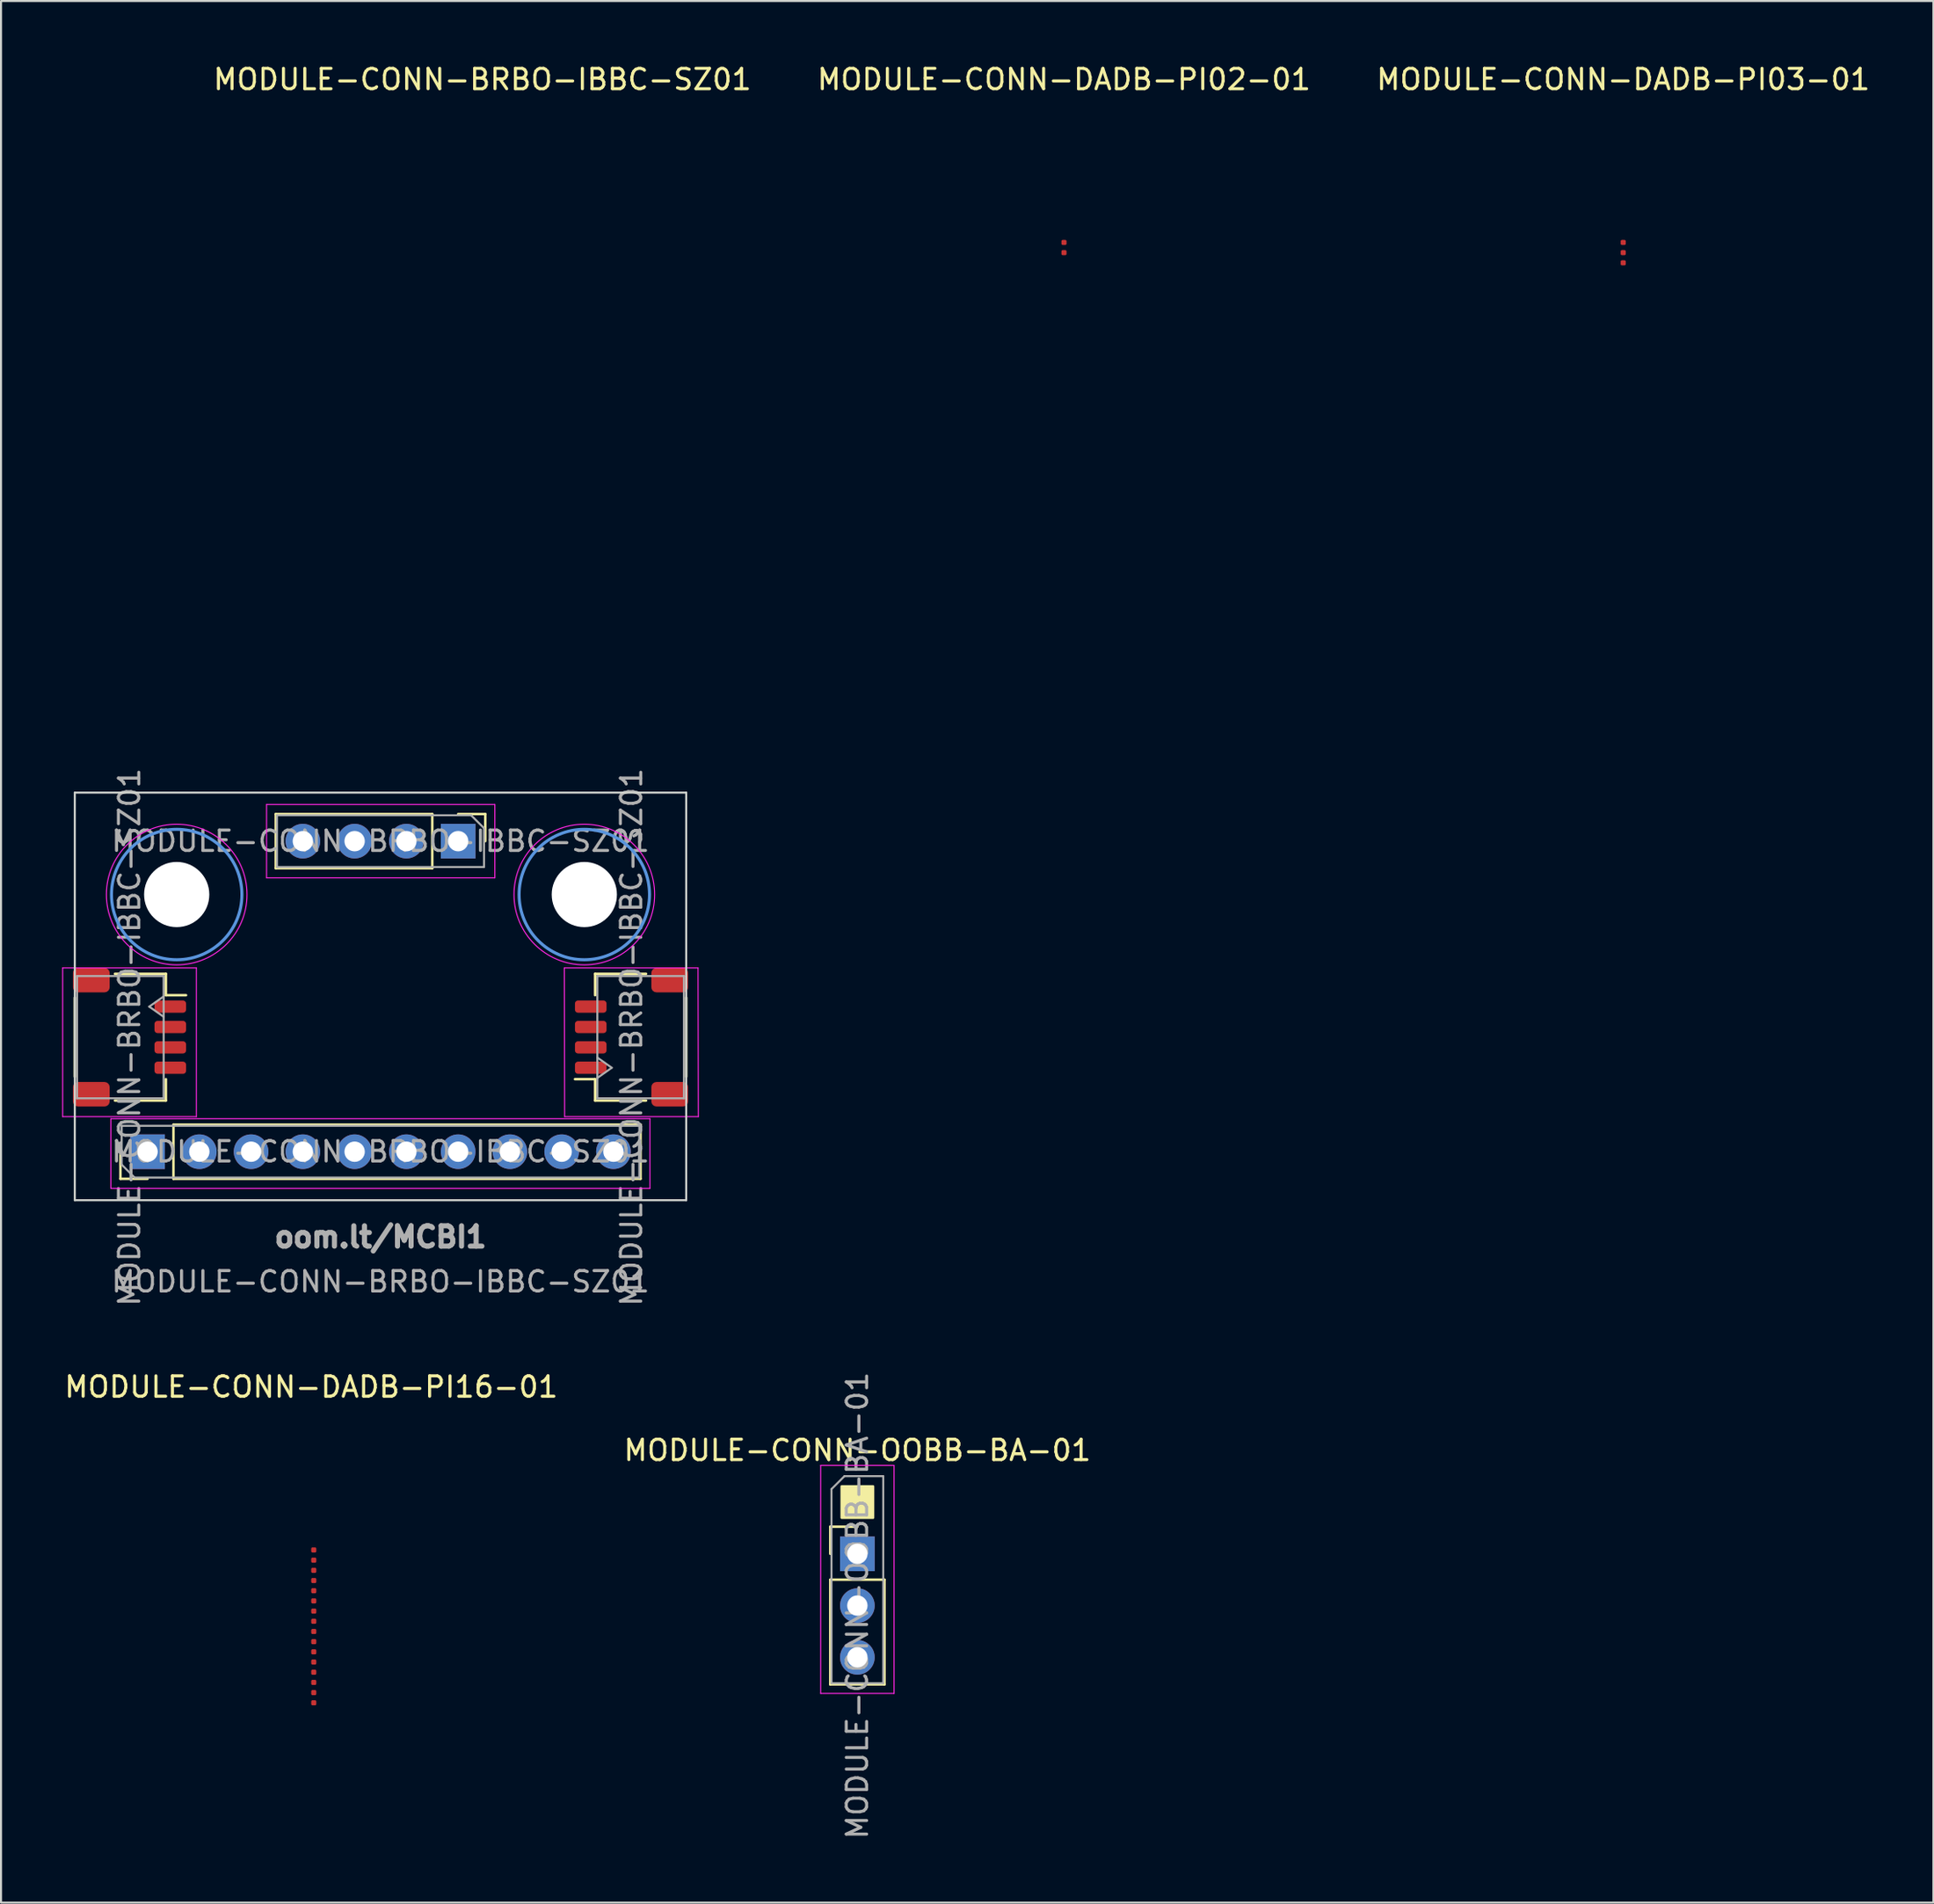
<source format=kicad_pcb>
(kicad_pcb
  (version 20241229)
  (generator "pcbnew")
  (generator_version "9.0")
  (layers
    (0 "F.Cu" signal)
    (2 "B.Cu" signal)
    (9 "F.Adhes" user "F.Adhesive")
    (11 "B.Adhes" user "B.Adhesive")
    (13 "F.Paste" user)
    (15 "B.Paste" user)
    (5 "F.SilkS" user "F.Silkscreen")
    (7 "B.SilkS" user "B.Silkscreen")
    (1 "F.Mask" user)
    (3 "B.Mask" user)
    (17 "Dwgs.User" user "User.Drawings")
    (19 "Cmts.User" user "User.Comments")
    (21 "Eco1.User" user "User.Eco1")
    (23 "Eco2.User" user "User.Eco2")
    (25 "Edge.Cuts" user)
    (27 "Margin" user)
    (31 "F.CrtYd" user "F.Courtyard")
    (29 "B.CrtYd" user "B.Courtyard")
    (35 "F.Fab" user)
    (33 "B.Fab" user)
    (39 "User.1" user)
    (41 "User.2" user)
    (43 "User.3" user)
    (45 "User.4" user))
  (footprint "MODULE-CONN-OOBB-BA-01"
    (layer "F.Cu")
    (at 39.018 73.201)
    (property "Reference" "MODULE-CONN-OOBB-BA-01" (at 0 -5.08 0) (layer "F.SilkS") (effects (font (size 1 1) (thickness 0.15))))
    (attr through_hole)
    (fp_line (start -1.33 -1.33) (end 0 -1.33) (stroke (width 0.12) (type solid)) (layer "F.SilkS"))
    (fp_line (start -1.33 0) (end -1.33 -1.33) (stroke (width 0.12) (type solid)) (layer "F.SilkS"))
    (fp_line (start -1.33 1.27) (end -1.33 6.41) (stroke (width 0.12) (type solid)) (layer "F.SilkS"))
    (fp_line (start -1.33 1.27) (end 1.33 1.27) (stroke (width 0.12) (type solid)) (layer "F.SilkS"))
    (fp_line (start -1.33 6.41) (end 1.33 6.41) (stroke (width 0.12) (type solid)) (layer "F.SilkS"))
    (fp_line (start 1.33 1.27) (end 1.33 6.41) (stroke (width 0.12) (type solid)) (layer "F.SilkS"))
    (fp_rect (start -0.77 -3.31) (end 0.77 -1.77) (stroke (width 0.12) (type solid)) (fill yes) (layer "F.SilkS"))
    (fp_line (start -1.8 -4.34) (end -1.8 6.85) (stroke (width 0.05) (type solid)) (layer "F.CrtYd"))
    (fp_line (start -1.8 6.85) (end 1.8 6.85) (stroke (width 0.05) (type solid)) (layer "F.CrtYd"))
    (fp_line (start 1.8 -4.34) (end -1.8 -4.34) (stroke (width 0.05) (type solid)) (layer "F.CrtYd"))
    (fp_line (start 1.8 6.85) (end 1.8 -4.34) (stroke (width 0.05) (type solid)) (layer "F.CrtYd"))
    (fp_line (start -1.27 -3.175) (end -0.635 -3.81) (stroke (width 0.1) (type solid)) (layer "F.Fab"))
    (fp_line (start -1.27 6.35) (end -1.27 -3.175) (stroke (width 0.1) (type solid)) (layer "F.Fab"))
    (fp_line (start -0.635 -3.81) (end 1.27 -3.81) (stroke (width 0.1) (type solid)) (layer "F.Fab"))
    (fp_line (start 1.27 -3.81) (end 1.27 6.35) (stroke (width 0.1) (type solid)) (layer "F.Fab"))
    (fp_line (start 1.27 6.35) (end -1.27 6.35) (stroke (width 0.1) (type solid)) (layer "F.Fab"))
    (fp_text user "${REFERENCE}" (at 0 2.54 90) (layer "F.Fab") (effects (font (size 1 1) (thickness 0.15))))
    (pad "1" thru_hole rect (at 0 0) (size 1.7 1.7) (drill 1) (layers "*.Cu" "*.Mask"))
    (pad "2" thru_hole oval (at 0 2.54) (size 1.7 1.7) (drill 1) (layers "*.Cu" "*.Mask"))
    (pad "3" thru_hole oval (at 0 5.08) (size 1.7 1.7) (drill 1) (layers "*.Cu" "*.Mask")))
  (footprint "MODULE-CONN-DADB-PI16-01"
    (layer "F.Cu")
    (at 12.22 73.012)
    (property "Reference" "MODULE-CONN-DADB-PI16-01" (at 0 -8 0) (unlocked yes) (layer "F.SilkS") (effects (font (size 1 1) (thickness 0.15))))
    (attr smd)
    (pad "1" smd roundrect (at 0.125 0) (size 0.25 0.25) (layers "F.Cu" "F.Mask" "F.Paste") (roundrect_rratio 0.25))
    (pad "2" smd roundrect (at 0.125 0.5) (size 0.25 0.25) (layers "F.Cu" "F.Mask" "F.Paste") (roundrect_rratio 0.25))
    (pad "3" smd roundrect (at 0.125 1) (size 0.25 0.25) (layers "F.Cu" "F.Mask" "F.Paste") (roundrect_rratio 0.25))
    (pad "4" smd roundrect (at 0.125 1.5) (size 0.25 0.25) (layers "F.Cu" "F.Mask" "F.Paste") (roundrect_rratio 0.25))
    (pad "5" smd roundrect (at 0.125 2) (size 0.25 0.25) (layers "F.Cu" "F.Mask" "F.Paste") (roundrect_rratio 0.25))
    (pad "6" smd roundrect (at 0.125 2.5) (size 0.25 0.25) (layers "F.Cu" "F.Mask" "F.Paste") (roundrect_rratio 0.25))
    (pad "7" smd roundrect (at 0.125 3) (size 0.25 0.25) (layers "F.Cu" "F.Mask" "F.Paste") (roundrect_rratio 0.25))
    (pad "8" smd roundrect (at 0.125 3.5) (size 0.25 0.25) (layers "F.Cu" "F.Mask" "F.Paste") (roundrect_rratio 0.25))
    (pad "9" smd roundrect (at 0.125 4) (size 0.25 0.25) (layers "F.Cu" "F.Mask" "F.Paste") (roundrect_rratio 0.25))
    (pad "10" smd roundrect (at 0.125 4.5) (size 0.25 0.25) (layers "F.Cu" "F.Mask" "F.Paste") (roundrect_rratio 0.25))
    (pad "11" smd roundrect (at 0.125 5) (size 0.25 0.25) (layers "F.Cu" "F.Mask" "F.Paste") (roundrect_rratio 0.25))
    (pad "12" smd roundrect (at 0.125 5.5) (size 0.25 0.25) (layers "F.Cu" "F.Mask" "F.Paste") (roundrect_rratio 0.25))
    (pad "13" smd roundrect (at 0.125 6) (size 0.25 0.25) (layers "F.Cu" "F.Mask" "F.Paste") (roundrect_rratio 0.25))
    (pad "14" smd roundrect (at 0.125 6.5) (size 0.25 0.25) (layers "F.Cu" "F.Mask" "F.Paste") (roundrect_rratio 0.25))
    (pad "15" smd roundrect (at 0.125 7) (size 0.25 0.25) (layers "F.Cu" "F.Mask" "F.Paste") (roundrect_rratio 0.25))
    (pad "16" smd roundrect (at 0.125 7.5) (size 0.25 0.25) (layers "F.Cu" "F.Mask" "F.Paste") (roundrect_rratio 0.25)))
  (footprint "MODULE-CONN-DADB-PI02-01"
    (layer "F.Cu")
    (at 49.156 8.848)
    (property "Reference" "MODULE-CONN-DADB-PI02-01" (at 0 -8 0) (unlocked yes) (layer "F.SilkS") (effects (font (size 1 1) (thickness 0.15))))
    (attr smd)
    (pad "1" smd roundrect (at 0 0) (size 0.25 0.25) (layers "F.Cu" "F.Mask" "F.Paste") (roundrect_rratio 0.25))
    (pad "2" smd roundrect (at 0 0.5) (size 0.25 0.25) (layers "F.Cu" "F.Mask" "F.Paste") (roundrect_rratio 0.25)))
  (footprint "MODULE-CONN-DADB-PI03-01"
    (layer "F.Cu")
    (at 76.596 8.848)
    (property "Reference" "MODULE-CONN-DADB-PI03-01" (at 0 -8 0) (unlocked yes) (layer "F.SilkS") (effects (font (size 1 1) (thickness 0.15))))
    (attr smd)
    (pad "1" smd roundrect (at 0 0) (size 0.25 0.25) (layers "F.Cu" "F.Mask" "F.Paste") (roundrect_rratio 0.25))
    (pad "2" smd roundrect (at 0 0.5) (size 0.25 0.25) (layers "F.Cu" "F.Mask" "F.Paste") (roundrect_rratio 0.25))
    (pad "2" smd roundrect (at 0 1) (size 0.25 0.25) (layers "F.Cu" "F.Mask" "F.Paste") (roundrect_rratio 0.25)))
  (footprint "MODULE-CONN-BRBO-IBBC-SZ01"
    (layer "F.Cu")
    (at 15.62 45.848)
    (property "Reference" "MODULE-CONN-BRBO-IBBC-SZ01" (at 5 -45 0) (unlocked yes) (layer "F.SilkS") (effects (font (size 1 1) (thickness 0.15))))
    (fp_line (start -15 0.06) (end -15 3.94) (stroke (width 0.12) (type solid)) (layer "F.SilkS"))
    (fp_line (start -13.03 -1.11) (end -10.53 -1.11) (stroke (width 0.12) (type solid)) (layer "F.SilkS"))
    (fp_line (start -13.03 5.11) (end -10.53 5.11) (stroke (width 0.12) (type solid)) (layer "F.SilkS"))
    (fp_line (start -12.76 8.95) (end -12.76 7.62) (stroke (width 0.12) (type solid)) (layer "F.SilkS"))
    (fp_line (start -11.43 8.95) (end -12.76 8.95) (stroke (width 0.12) (type solid)) (layer "F.SilkS"))
    (fp_line (start -10.53 -1.11) (end -10.53 -0.06) (stroke (width 0.12) (type solid)) (layer "F.SilkS"))
    (fp_line (start -10.53 -0.06) (end -9.54 -0.06) (stroke (width 0.12) (type solid)) (layer "F.SilkS"))
    (fp_line (start -10.53 5.11) (end -10.53 4.06) (stroke (width 0.12) (type solid)) (layer "F.SilkS"))
    (fp_line (start -10.16 6.29) (end 12.76 6.29) (stroke (width 0.12) (type solid)) (layer "F.SilkS"))
    (fp_line (start -10.16 8.95) (end -10.16 6.29) (stroke (width 0.12) (type solid)) (layer "F.SilkS"))
    (fp_line (start -10.16 8.95) (end 12.76 8.95) (stroke (width 0.12) (type solid)) (layer "F.SilkS"))
    (fp_line (start -5.14 -8.95) (end -5.14 -6.29) (stroke (width 0.12) (type solid)) (layer "F.SilkS"))
    (fp_line (start 2.54 -8.95) (end -5.14 -8.95) (stroke (width 0.12) (type solid)) (layer "F.SilkS"))
    (fp_line (start 2.54 -8.95) (end 2.54 -6.29) (stroke (width 0.12) (type solid)) (layer "F.SilkS"))
    (fp_line (start 2.54 -6.29) (end -5.14 -6.29) (stroke (width 0.12) (type solid)) (layer "F.SilkS"))
    (fp_line (start 3.81 -8.95) (end 5.14 -8.95) (stroke (width 0.12) (type solid)) (layer "F.SilkS"))
    (fp_line (start 5.14 -8.95) (end 5.14 -7.62) (stroke (width 0.12) (type solid)) (layer "F.SilkS"))
    (fp_line (start 10.53 -1.11) (end 10.53 -0.06) (stroke (width 0.12) (type solid)) (layer "F.SilkS"))
    (fp_line (start 10.53 4.06) (end 9.54 4.06) (stroke (width 0.12) (type solid)) (layer "F.SilkS"))
    (fp_line (start 10.53 5.11) (end 10.53 4.06) (stroke (width 0.12) (type solid)) (layer "F.SilkS"))
    (fp_line (start 12.76 8.95) (end 12.76 6.29) (stroke (width 0.12) (type solid)) (layer "F.SilkS"))
    (fp_line (start 13.03 -1.11) (end 10.53 -1.11) (stroke (width 0.12) (type solid)) (layer "F.SilkS"))
    (fp_line (start 13.03 5.11) (end 10.53 5.11) (stroke (width 0.12) (type solid)) (layer "F.SilkS"))
    (fp_line (start 15 3.94) (end 15 0.06) (stroke (width 0.12) (type solid)) (layer "F.SilkS"))
    (fp_circle (center -10 -5) (end -6.8 -5) (stroke (width 0.15) (type solid)) (fill no) (layer "Cmts.User"))
    (fp_circle (center 10 -5) (end 13.2 -5) (stroke (width 0.15) (type solid)) (fill no) (layer "Cmts.User"))
    (fp_line (start -15 -10) (end 15 -10) (stroke (width 0.1) (type solid)) (layer "Edge.Cuts"))
    (fp_line (start -15 10) (end -15 -10) (stroke (width 0.1) (type solid)) (layer "Edge.Cuts"))
    (fp_line (start 15 -10) (end 15 10) (stroke (width 0.1) (type solid)) (layer "Edge.Cuts"))
    (fp_line (start 15 10) (end -15 10) (stroke (width 0.1) (type solid)) (layer "Edge.Cuts"))
    (fp_line (start -15.595 -1.4) (end -15.595 5.9) (stroke (width 0.05) (type solid)) (layer "F.CrtYd"))
    (fp_line (start -15.595 5.9) (end -9.035 5.9) (stroke (width 0.05) (type solid)) (layer "F.CrtYd"))
    (fp_line (start -13.23 6) (end -13.23 9.42) (stroke (width 0.05) (type solid)) (layer "F.CrtYd"))
    (fp_line (start -13.23 9.42) (end 13.22 9.42) (stroke (width 0.05) (type solid)) (layer "F.CrtYd"))
    (fp_line (start -9.035 -1.4) (end -15.595 -1.4) (stroke (width 0.05) (type solid)) (layer "F.CrtYd"))
    (fp_line (start -9.035 -1.4) (end -9.035 5.9) (stroke (width 0.05) (type solid)) (layer "F.CrtYd"))
    (fp_line (start -5.59 -9.42) (end -5.59 -5.82) (stroke (width 0.05) (type solid)) (layer "F.CrtYd"))
    (fp_line (start -5.59 -5.82) (end 5.61 -5.82) (stroke (width 0.05) (type solid)) (layer "F.CrtYd"))
    (fp_line (start 5.61 -9.42) (end -5.59 -9.42) (stroke (width 0.05) (type solid)) (layer "F.CrtYd"))
    (fp_line (start 5.61 -5.82) (end 5.61 -9.42) (stroke (width 0.05) (type solid)) (layer "F.CrtYd"))
    (fp_line (start 9.02 -1.4) (end 9.035 5.9) (stroke (width 0.05) (type solid)) (layer "F.CrtYd"))
    (fp_line (start 9.035 5.9) (end 15.595 5.9) (stroke (width 0.05) (type solid)) (layer "F.CrtYd"))
    (fp_line (start 13.22 6) (end -13.23 6) (stroke (width 0.05) (type solid)) (layer "F.CrtYd"))
    (fp_line (start 13.22 6) (end 13.22 9.42) (stroke (width 0.05) (type solid)) (layer "F.CrtYd"))
    (fp_line (start 15.58 -1.4) (end 9.02 -1.4) (stroke (width 0.05) (type solid)) (layer "F.CrtYd"))
    (fp_line (start 15.58 -1.4) (end 15.595 5.9) (stroke (width 0.05) (type solid)) (layer "F.CrtYd"))
    (fp_circle (center -10 -5) (end -6.55 -5) (stroke (width 0.05) (type solid)) (fill no) (layer "F.CrtYd"))
    (fp_circle (center 10 -5) (end 13.45 -5) (stroke (width 0.05) (type solid)) (fill no) (layer "F.CrtYd"))
    (fp_line (start -14.89 -1) (end -14.89 5) (stroke (width 0.1) (type solid)) (layer "F.Fab"))
    (fp_line (start -12.7 6.35) (end 12.7 6.35) (stroke (width 0.1) (type solid)) (layer "F.Fab"))
    (fp_line (start -12.7 8.255) (end -12.7 6.35) (stroke (width 0.1) (type solid)) (layer "F.Fab"))
    (fp_line (start -12.065 8.89) (end -12.7 8.255) (stroke (width 0.1) (type solid)) (layer "F.Fab"))
    (fp_line (start -11.347 0.5) (end -10.64 1) (stroke (width 0.1) (type solid)) (layer "F.Fab"))
    (fp_line (start -10.64 -1) (end -14.89 -1) (stroke (width 0.1) (type solid)) (layer "F.Fab"))
    (fp_line (start -10.64 -1) (end -10.64 5) (stroke (width 0.1) (type solid)) (layer "F.Fab"))
    (fp_line (start -10.64 0) (end -11.347 0.5) (stroke (width 0.1) (type solid)) (layer "F.Fab"))
    (fp_line (start -10.64 5) (end -14.89 5) (stroke (width 0.1) (type solid)) (layer "F.Fab"))
    (fp_line (start -5.08 -8.89) (end 4.445 -8.89) (stroke (width 0.1) (type solid)) (layer "F.Fab"))
    (fp_line (start -5.08 -6.35) (end -5.08 -8.89) (stroke (width 0.1) (type solid)) (layer "F.Fab"))
    (fp_line (start 4.445 -8.89) (end 5.08 -8.255) (stroke (width 0.1) (type solid)) (layer "F.Fab"))
    (fp_line (start 5.08 -8.255) (end 5.08 -6.35) (stroke (width 0.1) (type solid)) (layer "F.Fab"))
    (fp_line (start 5.08 -6.35) (end -5.08 -6.35) (stroke (width 0.1) (type solid)) (layer "F.Fab"))
    (fp_line (start 10.64 -1) (end 14.89 -1) (stroke (width 0.1) (type solid)) (layer "F.Fab"))
    (fp_line (start 10.64 4) (end 11.347 3.5) (stroke (width 0.1) (type solid)) (layer "F.Fab"))
    (fp_line (start 10.64 5) (end 10.64 -1) (stroke (width 0.1) (type solid)) (layer "F.Fab"))
    (fp_line (start 10.64 5) (end 14.89 5) (stroke (width 0.1) (type solid)) (layer "F.Fab"))
    (fp_line (start 11.347 3.5) (end 10.64 3) (stroke (width 0.1) (type solid)) (layer "F.Fab"))
    (fp_line (start 12.7 6.35) (end 12.7 8.89) (stroke (width 0.1) (type solid)) (layer "F.Fab"))
    (fp_line (start 12.7 8.89) (end -12.065 8.89) (stroke (width 0.1) (type solid)) (layer "F.Fab"))
    (fp_line (start 14.89 5) (end 14.89 -1) (stroke (width 0.1) (type solid)) (layer "F.Fab"))
    (fp_text user "${REFERENCE}" (at 0 -7.62 0) (layer "F.Fab") (effects (font (size 1 1) (thickness 0.15))))
    (fp_text user "${REFERENCE}" (at 0 7.62 0) (layer "F.Fab") (effects (font (size 1 1) (thickness 0.15))))
    (fp_text user "${REFERENCE}" (at 12.315 2 90) (layer "F.Fab") (effects (font (size 1 1) (thickness 0.15))))
    (fp_text user "\noom.lt/MCBI1" (at 0 11 0) (layer "F.Fab") (effects (font (size 1 1) (thickness 0.25))))
    (fp_text user "${REFERENCE}" (at 0 14 0) (unlocked yes) (layer "F.Fab") (effects (font (size 1 1) (thickness 0.15))))
    (fp_text user "${REFERENCE}" (at -12.315 2 90) (layer "F.Fab") (effects (font (size 1 1) (thickness 0.15))))
    (pad "" np_thru_hole circle (at -10 -5) (size 3.2 3.2) (drill 3.2) (layers "*.Cu" "*.Mask"))
    (pad "" np_thru_hole circle (at 10 -5) (size 3.2 3.2) (drill 3.2) (layers "*.Cu" "*.Mask"))
    (pad "1" thru_hole rect (at -11.43 7.62 90) (size 1.7 1.7) (drill 1) (layers "*.Cu" "*.Mask"))
    (pad "2" thru_hole oval (at -8.89 7.62 90) (size 1.7 1.7) (drill 1) (layers "*.Cu" "*.Mask"))
    (pad "3" thru_hole oval (at -6.35 7.62 90) (size 1.7 1.7) (drill 1) (layers "*.Cu" "*.Mask"))
    (pad "4" smd roundrect (at -14.19 -0.8 270) (size 1.2 1.8) (layers "F.Cu" "F.Mask" "F.Paste") (roundrect_rratio 0.208))
    (pad "4" smd roundrect (at -14.19 4.8 270) (size 1.2 1.8) (layers "F.Cu" "F.Mask" "F.Paste") (roundrect_rratio 0.208))
    (pad "4" smd roundrect (at -10.315 0.5 270) (size 0.6 1.55) (layers "F.Cu" "F.Mask" "F.Paste") (roundrect_rratio 0.25))
    (pad "4" thru_hole oval (at -3.81 7.62 90) (size 1.7 1.7) (drill 1) (layers "*.Cu" "*.Mask"))
    (pad "4" smd roundrect (at 10.315 3.5 90) (size 0.6 1.55) (layers "F.Cu" "F.Mask" "F.Paste") (roundrect_rratio 0.25))
    (pad "4" smd roundrect (at 14.19 -0.8 90) (size 1.2 1.8) (layers "F.Cu" "F.Mask" "F.Paste") (roundrect_rratio 0.208))
    (pad "4" smd roundrect (at 14.19 4.8 90) (size 1.2 1.8) (layers "F.Cu" "F.Mask" "F.Paste") (roundrect_rratio 0.208))
    (pad "5" smd roundrect (at -10.315 1.5 270) (size 0.6 1.55) (layers "F.Cu" "F.Mask" "F.Paste") (roundrect_rratio 0.25))
    (pad "5" thru_hole oval (at -1.27 7.62 90) (size 1.7 1.7) (drill 1) (layers "*.Cu" "*.Mask"))
    (pad "5" smd roundrect (at 10.315 2.5 90) (size 0.6 1.55) (layers "F.Cu" "F.Mask" "F.Paste") (roundrect_rratio 0.25))
    (pad "6" smd roundrect (at -10.315 2.5 270) (size 0.6 1.55) (layers "F.Cu" "F.Mask" "F.Paste") (roundrect_rratio 0.25))
    (pad "6" thru_hole oval (at 1.27 7.62 90) (size 1.7 1.7) (drill 1) (layers "*.Cu" "*.Mask"))
    (pad "6" smd roundrect (at 10.315 1.5 90) (size 0.6 1.55) (layers "F.Cu" "F.Mask" "F.Paste") (roundrect_rratio 0.25))
    (pad "7" smd roundrect (at -10.315 3.5 270) (size 0.6 1.55) (layers "F.Cu" "F.Mask" "F.Paste") (roundrect_rratio 0.25))
    (pad "7" thru_hole oval (at 3.81 7.62 90) (size 1.7 1.7) (drill 1) (layers "*.Cu" "*.Mask"))
    (pad "7" smd roundrect (at 10.315 0.5 90) (size 0.6 1.55) (layers "F.Cu" "F.Mask" "F.Paste") (roundrect_rratio 0.25))
    (pad "8" thru_hole oval (at 6.35 7.62 90) (size 1.7 1.7) (drill 1) (layers "*.Cu" "*.Mask"))
    (pad "9" thru_hole oval (at 8.89 7.62 90) (size 1.7 1.7) (drill 1) (layers "*.Cu" "*.Mask"))
    (pad "10" thru_hole oval (at 11.43 7.62 90) (size 1.7 1.7) (drill 1) (layers "*.Cu" "*.Mask"))
    (pad "11" thru_hole rect (at 3.81 -7.62 270) (size 1.7 1.7) (drill 1) (layers "*.Cu" "*.Mask"))
    (pad "12" thru_hole oval (at 1.27 -7.62 270) (size 1.7 1.7) (drill 1) (layers "*.Cu" "*.Mask"))
    (pad "13" thru_hole oval (at -1.27 -7.62 270) (size 1.7 1.7) (drill 1) (layers "*.Cu" "*.Mask"))
    (pad "14" thru_hole oval (at -3.81 -7.62 270) (size 1.7 1.7) (drill 1) (layers "*.Cu" "*.Mask")))
  (gr_rect
    (start -3 -3)
    (end 91.816 90.318)
    (stroke (width 0.1) (type default))
    (fill no)
    (layer "Edge.Cuts")))
</source>
